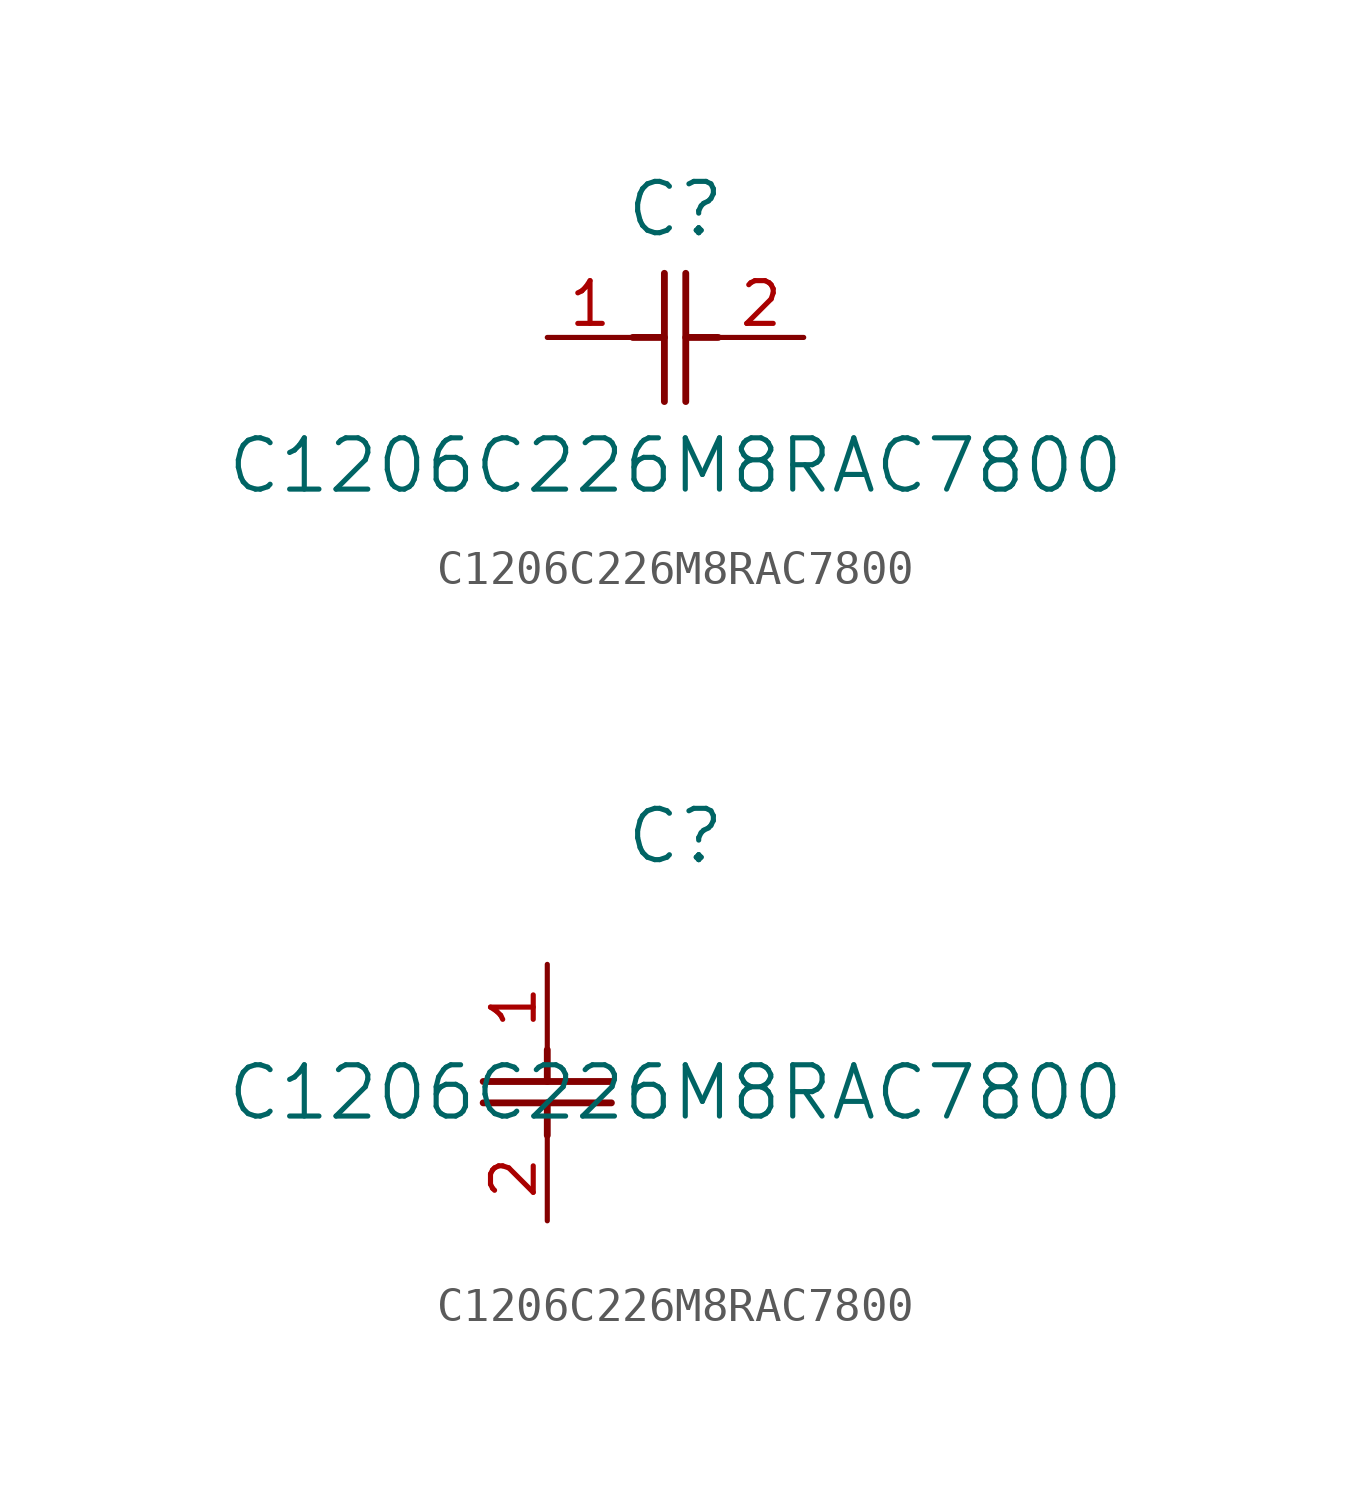
<source format=kicad_sym>
(kicad_symbol_lib
  (version 20211014)
  (generator kicad_symbol_editor)
  (symbol "C1206C226M8RAC7800"
    (pin_names
      (offset 0.254))
    (property "Reference" "C"
      (at 3.81 3.81 0)
      (effects (font (size 1.524 1.524))))
    (property "Value" "C1206C226M8RAC7800"
      (at 3.81 -3.81 0)
      (effects (font (size 1.524 1.524))))
    (symbol "C1206C226M8RAC7800_1_1"
      (polyline (pts (xy 3.48 -1.905) (xy 3.48 1.905)) (stroke (width 0.203) (type default) (color 0 0 0 0)) (fill (type none)))
      (polyline (pts (xy 4.115 -1.905) (xy 4.115 1.905)) (stroke (width 0.203) (type default) (color 0 0 0 0)) (fill (type none)))
      (polyline (pts (xy 4.115 0) (xy 5.08 0)) (stroke (width 0.203) (type default) (color 0 0 0 0)) (fill (type none)))
      (polyline (pts (xy 2.54 0) (xy 3.48 0)) (stroke (width 0.203) (type default) (color 0 0 0 0)) (fill (type none)))
      (pin unspecified line (at 0 0 0) (length 2.54) (name "" (effects (font (size 1.27 1.27)))) (number "1" (effects (font (size 1.27 1.27)))))
      (pin unspecified line (at 7.62 0 180) (length 2.54) (name "" (effects (font (size 1.27 1.27)))) (number "2" (effects (font (size 1.27 1.27))))))
    (symbol "C1206C226M8RAC7800_1_2"
      (polyline (pts (xy -1.905 -3.48) (xy 1.905 -3.48)) (stroke (width 0.203) (type default) (color 0 0 0 0)) (fill (type none)))
      (polyline (pts (xy -1.905 -4.115) (xy 1.905 -4.115)) (stroke (width 0.203) (type default) (color 0 0 0 0)) (fill (type none)))
      (polyline (pts (xy 0 -4.115) (xy 0 -5.08)) (stroke (width 0.203) (type default) (color 0 0 0 0)) (fill (type none)))
      (polyline (pts (xy 0 -2.54) (xy 0 -3.48)) (stroke (width 0.203) (type default) (color 0 0 0 0)) (fill (type none)))
      (pin unspecified line (at 0 0 270) (length 2.54) (name "" (effects (font (size 1.27 1.27)))) (number "1" (effects (font (size 1.27 1.27)))))
      (pin unspecified line (at 0 -7.62 90) (length 2.54) (name "" (effects (font (size 1.27 1.27)))) (number "2" (effects (font (size 1.27 1.27))))))))
</source>
